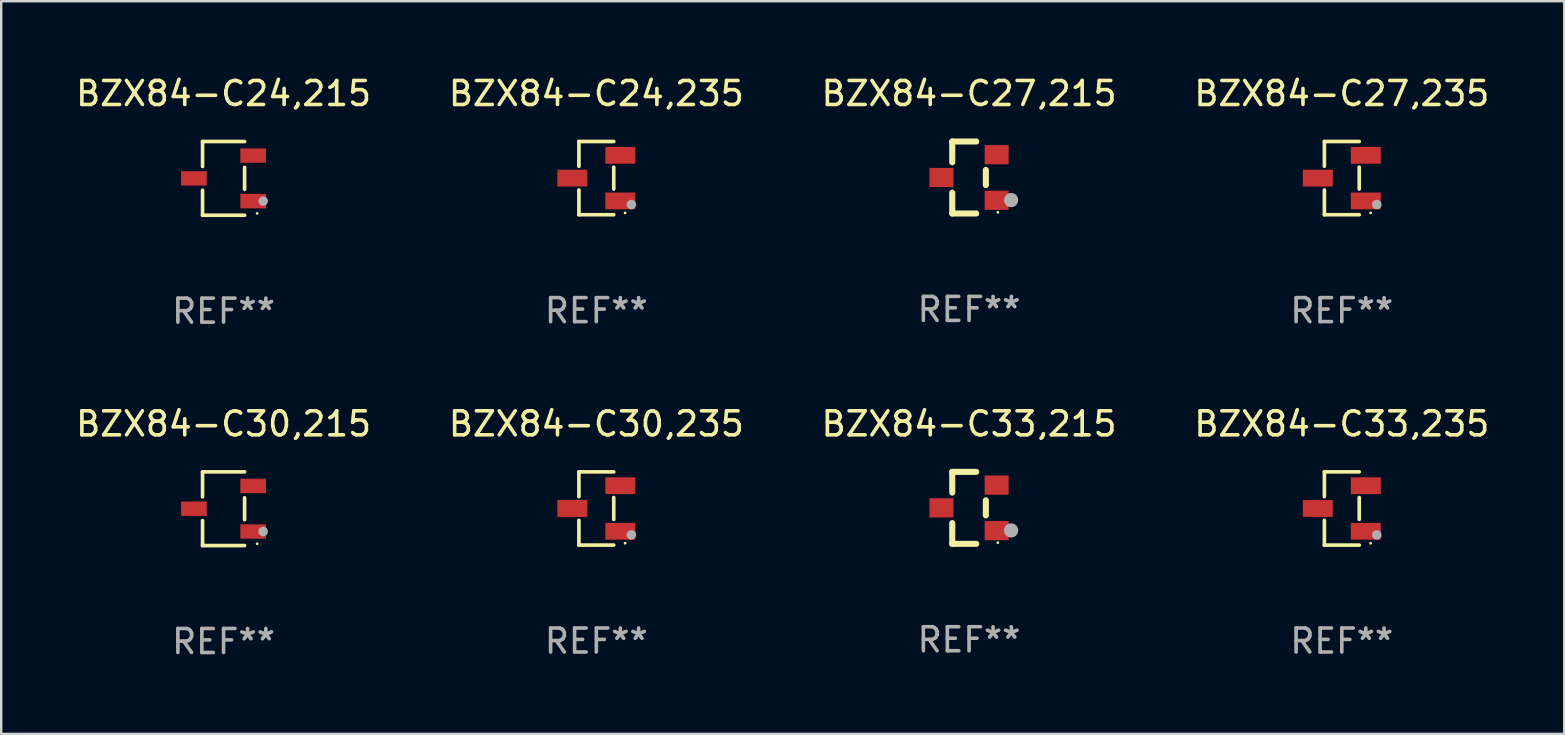
<source format=kicad_pcb>
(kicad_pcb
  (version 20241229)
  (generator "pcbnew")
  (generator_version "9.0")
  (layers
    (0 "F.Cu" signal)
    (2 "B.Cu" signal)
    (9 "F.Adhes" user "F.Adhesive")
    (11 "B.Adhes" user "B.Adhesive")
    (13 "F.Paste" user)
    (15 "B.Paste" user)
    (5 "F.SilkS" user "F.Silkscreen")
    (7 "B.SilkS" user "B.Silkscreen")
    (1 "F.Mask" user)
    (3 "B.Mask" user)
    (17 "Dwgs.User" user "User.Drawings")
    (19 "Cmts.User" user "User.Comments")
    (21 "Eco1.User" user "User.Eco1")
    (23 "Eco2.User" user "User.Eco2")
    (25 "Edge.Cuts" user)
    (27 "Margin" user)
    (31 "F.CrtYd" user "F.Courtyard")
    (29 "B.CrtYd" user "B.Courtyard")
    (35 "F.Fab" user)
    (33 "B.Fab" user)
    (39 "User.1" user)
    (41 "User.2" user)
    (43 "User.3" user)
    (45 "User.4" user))
  (footprint "BZX84-C27,235"
    (layer "F.Cu")
    (at 52.875 4.374)
    (property "Reference" "BZX84-C27,235" (at 0 -3.526 0) (layer "F.SilkS") (effects (font (size 1 1) (thickness 0.15))))
    (attr through_hole)
    (fp_line (start -0.726 -1.526) (end -0.726 -0.495) (stroke (width 0.152) (type solid)) (layer "F.SilkS"))
    (fp_line (start -0.726 1.526) (end -0.726 0.495) (stroke (width 0.152) (type solid)) (layer "F.SilkS"))
    (fp_line (start 0.726 -1.526) (end -0.726 -1.526) (stroke (width 0.152) (type solid)) (layer "F.SilkS"))
    (fp_line (start 0.726 -0.455) (end 0.726 0.455) (stroke (width 0.152) (type solid)) (layer "F.SilkS"))
    (fp_line (start 0.726 1.526) (end -0.726 1.526) (stroke (width 0.152) (type solid)) (layer "F.SilkS"))
    (fp_circle (center 1.2 1.45) (end 1.23 1.45) (stroke (width 0.06) (type solid)) (fill no) (layer "F.SilkS"))
    (fp_circle (center 1.46 1.1) (end 1.56 1.1) (stroke (width 0.2) (type solid)) (fill no) (layer "F.Fab"))
    (fp_text user "REF**" (at 0 5.526 0) (layer "F.Fab") (effects (font (size 1 1) (thickness 0.15))))
    (pad "1" smd rect (at 1 0.95) (size 1.25 0.7) (layers "F.Cu" "F.Mask" "F.Paste"))
    (pad "2" smd rect (at 1 -0.95) (size 1.25 0.7) (layers "F.Cu" "F.Mask" "F.Paste"))
    (pad "3" smd rect (at -1 0) (size 1.25 0.7) (layers "F.Cu" "F.Mask" "F.Paste")))
  (footprint "BZX84-C33,215"
    (layer "F.Cu")
    (at 37.339 18.117)
    (property "Reference" "BZX84-C33,215" (at 0 -3.5 0) (layer "F.SilkS") (effects (font (size 1 1) (thickness 0.15))))
    (attr through_hole)
    (fp_line (start -0.7 -1.5) (end 0.3 -1.5) (stroke (width 0.254) (type solid)) (layer "F.SilkS"))
    (fp_line (start -0.7 -0.636) (end -0.7 -1.5) (stroke (width 0.254) (type solid)) (layer "F.SilkS"))
    (fp_line (start -0.7 1.5) (end -0.7 0.636) (stroke (width 0.254) (type solid)) (layer "F.SilkS"))
    (fp_line (start -0.7 1.5) (end 0.3 1.5) (stroke (width 0.254) (type solid)) (layer "F.SilkS"))
    (fp_line (start 0.7 0.314) (end 0.7 -0.314) (stroke (width 0.254) (type solid)) (layer "F.SilkS"))
    (fp_circle (center 1.2 1.45) (end 1.23 1.45) (stroke (width 0.06) (type solid)) (fill no) (layer "F.SilkS"))
    (fp_circle (center 1.753 0.94) (end 1.903 0.94) (stroke (width 0.3) (type solid)) (fill no) (layer "F.Fab"))
    (fp_text user "REF**" (at 0 5.5 0) (layer "F.Fab") (effects (font (size 1 1) (thickness 0.15))))
    (pad "1" smd rect (at 1.15 0.95 180) (size 1 0.8) (layers "F.Cu" "F.Mask" "F.Paste"))
    (pad "2" smd rect (at 1.15 -0.95 180) (size 1 0.8) (layers "F.Cu" "F.Mask" "F.Paste"))
    (pad "3" smd rect (at -1.15 -0.000051 180) (size 1 0.8) (layers "F.Cu" "F.Mask" "F.Paste")))
  (footprint "BZX84-C27,215"
    (layer "F.Cu")
    (at 37.339 4.348)
    (property "Reference" "BZX84-C27,215" (at 0 -3.5 0) (layer "F.SilkS") (effects (font (size 1 1) (thickness 0.15))))
    (attr through_hole)
    (fp_line (start -0.7 -1.5) (end 0.3 -1.5) (stroke (width 0.254) (type solid)) (layer "F.SilkS"))
    (fp_line (start -0.7 -0.636) (end -0.7 -1.5) (stroke (width 0.254) (type solid)) (layer "F.SilkS"))
    (fp_line (start -0.7 1.5) (end -0.7 0.636) (stroke (width 0.254) (type solid)) (layer "F.SilkS"))
    (fp_line (start -0.7 1.5) (end 0.3 1.5) (stroke (width 0.254) (type solid)) (layer "F.SilkS"))
    (fp_line (start 0.7 0.314) (end 0.7 -0.314) (stroke (width 0.254) (type solid)) (layer "F.SilkS"))
    (fp_circle (center 1.2 1.45) (end 1.23 1.45) (stroke (width 0.06) (type solid)) (fill no) (layer "F.SilkS"))
    (fp_circle (center 1.753 0.94) (end 1.903 0.94) (stroke (width 0.3) (type solid)) (fill no) (layer "F.Fab"))
    (fp_text user "REF**" (at 0 5.5 0) (layer "F.Fab") (effects (font (size 1 1) (thickness 0.15))))
    (pad "1" smd rect (at 1.15 0.95 180) (size 1 0.8) (layers "F.Cu" "F.Mask" "F.Paste"))
    (pad "2" smd rect (at 1.15 -0.95 180) (size 1 0.8) (layers "F.Cu" "F.Mask" "F.Paste"))
    (pad "3" smd rect (at -1.15 -0.000051 180) (size 1 0.8) (layers "F.Cu" "F.Mask" "F.Paste")))
  (footprint "BZX84-C30,235"
    (layer "F.Cu")
    (at 21.804 18.143)
    (property "Reference" "BZX84-C30,235" (at 0 -3.526 0) (layer "F.SilkS") (effects (font (size 1 1) (thickness 0.15))))
    (attr through_hole)
    (fp_line (start -0.726 -1.526) (end -0.726 -0.495) (stroke (width 0.152) (type solid)) (layer "F.SilkS"))
    (fp_line (start -0.726 1.526) (end -0.726 0.495) (stroke (width 0.152) (type solid)) (layer "F.SilkS"))
    (fp_line (start 0.726 -1.526) (end -0.726 -1.526) (stroke (width 0.152) (type solid)) (layer "F.SilkS"))
    (fp_line (start 0.726 -0.455) (end 0.726 0.455) (stroke (width 0.152) (type solid)) (layer "F.SilkS"))
    (fp_line (start 0.726 1.526) (end -0.726 1.526) (stroke (width 0.152) (type solid)) (layer "F.SilkS"))
    (fp_circle (center 1.2 1.45) (end 1.23 1.45) (stroke (width 0.06) (type solid)) (fill no) (layer "F.SilkS"))
    (fp_circle (center 1.46 1.1) (end 1.56 1.1) (stroke (width 0.2) (type solid)) (fill no) (layer "F.Fab"))
    (fp_text user "REF**" (at 0 5.526 0) (layer "F.Fab") (effects (font (size 1 1) (thickness 0.15))))
    (pad "1" smd rect (at 1 0.95) (size 1.25 0.7) (layers "F.Cu" "F.Mask" "F.Paste"))
    (pad "2" smd rect (at 1 -0.95) (size 1.25 0.7) (layers "F.Cu" "F.Mask" "F.Paste"))
    (pad "3" smd rect (at -1 0) (size 1.25 0.7) (layers "F.Cu" "F.Mask" "F.Paste")))
  (footprint "BZX84-C33,235"
    (layer "F.Cu")
    (at 52.875 18.143)
    (property "Reference" "BZX84-C33,235" (at 0 -3.526 0) (layer "F.SilkS") (effects (font (size 1 1) (thickness 0.15))))
    (attr through_hole)
    (fp_line (start -0.726 -1.526) (end -0.726 -0.495) (stroke (width 0.152) (type solid)) (layer "F.SilkS"))
    (fp_line (start -0.726 1.526) (end -0.726 0.495) (stroke (width 0.152) (type solid)) (layer "F.SilkS"))
    (fp_line (start 0.726 -1.526) (end -0.726 -1.526) (stroke (width 0.152) (type solid)) (layer "F.SilkS"))
    (fp_line (start 0.726 -0.455) (end 0.726 0.455) (stroke (width 0.152) (type solid)) (layer "F.SilkS"))
    (fp_line (start 0.726 1.526) (end -0.726 1.526) (stroke (width 0.152) (type solid)) (layer "F.SilkS"))
    (fp_circle (center 1.2 1.45) (end 1.23 1.45) (stroke (width 0.06) (type solid)) (fill no) (layer "F.SilkS"))
    (fp_circle (center 1.46 1.1) (end 1.56 1.1) (stroke (width 0.2) (type solid)) (fill no) (layer "F.Fab"))
    (fp_text user "REF**" (at 0 5.526 0) (layer "F.Fab") (effects (font (size 1 1) (thickness 0.15))))
    (pad "1" smd rect (at 1 0.95) (size 1.25 0.7) (layers "F.Cu" "F.Mask" "F.Paste"))
    (pad "2" smd rect (at 1 -0.95) (size 1.25 0.7) (layers "F.Cu" "F.Mask" "F.Paste"))
    (pad "3" smd rect (at -1 0) (size 1.25 0.7) (layers "F.Cu" "F.Mask" "F.Paste")))
  (footprint "BZX84-C24,215"
    (layer "F.Cu")
    (at 6.268 4.384)
    (property "Reference" "BZX84-C24,215" (at 0 -3.536 0) (layer "F.SilkS") (effects (font (size 1 1) (thickness 0.15))))
    (attr through_hole)
    (fp_line (start -0.876 -1.536) (end -0.876 -0.495) (stroke (width 0.152) (type solid)) (layer "F.SilkS"))
    (fp_line (start -0.876 1.536) (end -0.876 0.495) (stroke (width 0.152) (type solid)) (layer "F.SilkS"))
    (fp_line (start 0.876 -1.536) (end -0.876 -1.536) (stroke (width 0.152) (type solid)) (layer "F.SilkS"))
    (fp_line (start 0.876 -0.455) (end 0.876 0.455) (stroke (width 0.152) (type solid)) (layer "F.SilkS"))
    (fp_line (start 0.876 1.536) (end -0.876 1.536) (stroke (width 0.152) (type solid)) (layer "F.SilkS"))
    (fp_circle (center 1.4 1.46) (end 1.43 1.46) (stroke (width 0.06) (type solid)) (fill no) (layer "F.SilkS"))
    (fp_circle (center 1.651 0.95) (end 1.751 0.95) (stroke (width 0.2) (type solid)) (fill no) (layer "F.Fab"))
    (fp_text user "REF**" (at 0 5.536 0) (layer "F.Fab") (effects (font (size 1 1) (thickness 0.15))))
    (pad "1" smd rect (at 1.235 0.95) (size 1.07 0.6) (layers "F.Cu" "F.Mask" "F.Paste"))
    (pad "2" smd rect (at 1.235 -0.95) (size 1.07 0.6) (layers "F.Cu" "F.Mask" "F.Paste"))
    (pad "3" smd rect (at -1.235 0) (size 1.07 0.6) (layers "F.Cu" "F.Mask" "F.Paste")))
  (footprint "BZX84-C30,215"
    (layer "F.Cu")
    (at 6.268 18.153)
    (property "Reference" "BZX84-C30,215" (at 0 -3.536 0) (layer "F.SilkS") (effects (font (size 1 1) (thickness 0.15))))
    (attr through_hole)
    (fp_line (start -0.876 -1.536) (end -0.876 -0.495) (stroke (width 0.152) (type solid)) (layer "F.SilkS"))
    (fp_line (start -0.876 1.536) (end -0.876 0.495) (stroke (width 0.152) (type solid)) (layer "F.SilkS"))
    (fp_line (start 0.876 -1.536) (end -0.876 -1.536) (stroke (width 0.152) (type solid)) (layer "F.SilkS"))
    (fp_line (start 0.876 -0.455) (end 0.876 0.455) (stroke (width 0.152) (type solid)) (layer "F.SilkS"))
    (fp_line (start 0.876 1.536) (end -0.876 1.536) (stroke (width 0.152) (type solid)) (layer "F.SilkS"))
    (fp_circle (center 1.4 1.46) (end 1.43 1.46) (stroke (width 0.06) (type solid)) (fill no) (layer "F.SilkS"))
    (fp_circle (center 1.651 0.95) (end 1.751 0.95) (stroke (width 0.2) (type solid)) (fill no) (layer "F.Fab"))
    (fp_text user "REF**" (at 0 5.536 0) (layer "F.Fab") (effects (font (size 1 1) (thickness 0.15))))
    (pad "1" smd rect (at 1.235 0.95) (size 1.07 0.6) (layers "F.Cu" "F.Mask" "F.Paste"))
    (pad "2" smd rect (at 1.235 -0.95) (size 1.07 0.6) (layers "F.Cu" "F.Mask" "F.Paste"))
    (pad "3" smd rect (at -1.235 0) (size 1.07 0.6) (layers "F.Cu" "F.Mask" "F.Paste")))
  (footprint "BZX84-C24,235"
    (layer "F.Cu")
    (at 21.804 4.374)
    (property "Reference" "BZX84-C24,235" (at 0 -3.526 0) (layer "F.SilkS") (effects (font (size 1 1) (thickness 0.15))))
    (attr through_hole)
    (fp_line (start -0.726 -1.526) (end -0.726 -0.495) (stroke (width 0.152) (type solid)) (layer "F.SilkS"))
    (fp_line (start -0.726 1.526) (end -0.726 0.495) (stroke (width 0.152) (type solid)) (layer "F.SilkS"))
    (fp_line (start 0.726 -1.526) (end -0.726 -1.526) (stroke (width 0.152) (type solid)) (layer "F.SilkS"))
    (fp_line (start 0.726 -0.455) (end 0.726 0.455) (stroke (width 0.152) (type solid)) (layer "F.SilkS"))
    (fp_line (start 0.726 1.526) (end -0.726 1.526) (stroke (width 0.152) (type solid)) (layer "F.SilkS"))
    (fp_circle (center 1.2 1.45) (end 1.23 1.45) (stroke (width 0.06) (type solid)) (fill no) (layer "F.SilkS"))
    (fp_circle (center 1.46 1.1) (end 1.56 1.1) (stroke (width 0.2) (type solid)) (fill no) (layer "F.Fab"))
    (fp_text user "REF**" (at 0 5.526 0) (layer "F.Fab") (effects (font (size 1 1) (thickness 0.15))))
    (pad "1" smd rect (at 1 0.95) (size 1.25 0.7) (layers "F.Cu" "F.Mask" "F.Paste"))
    (pad "2" smd rect (at 1 -0.95) (size 1.25 0.7) (layers "F.Cu" "F.Mask" "F.Paste"))
    (pad "3" smd rect (at -1 0) (size 1.25 0.7) (layers "F.Cu" "F.Mask" "F.Paste")))
  (gr_rect
    (start -3 -3)
    (end 62.143 27.538)
    (stroke (width 0.1) (type default))
    (fill no)
    (layer "Edge.Cuts")))
</source>
